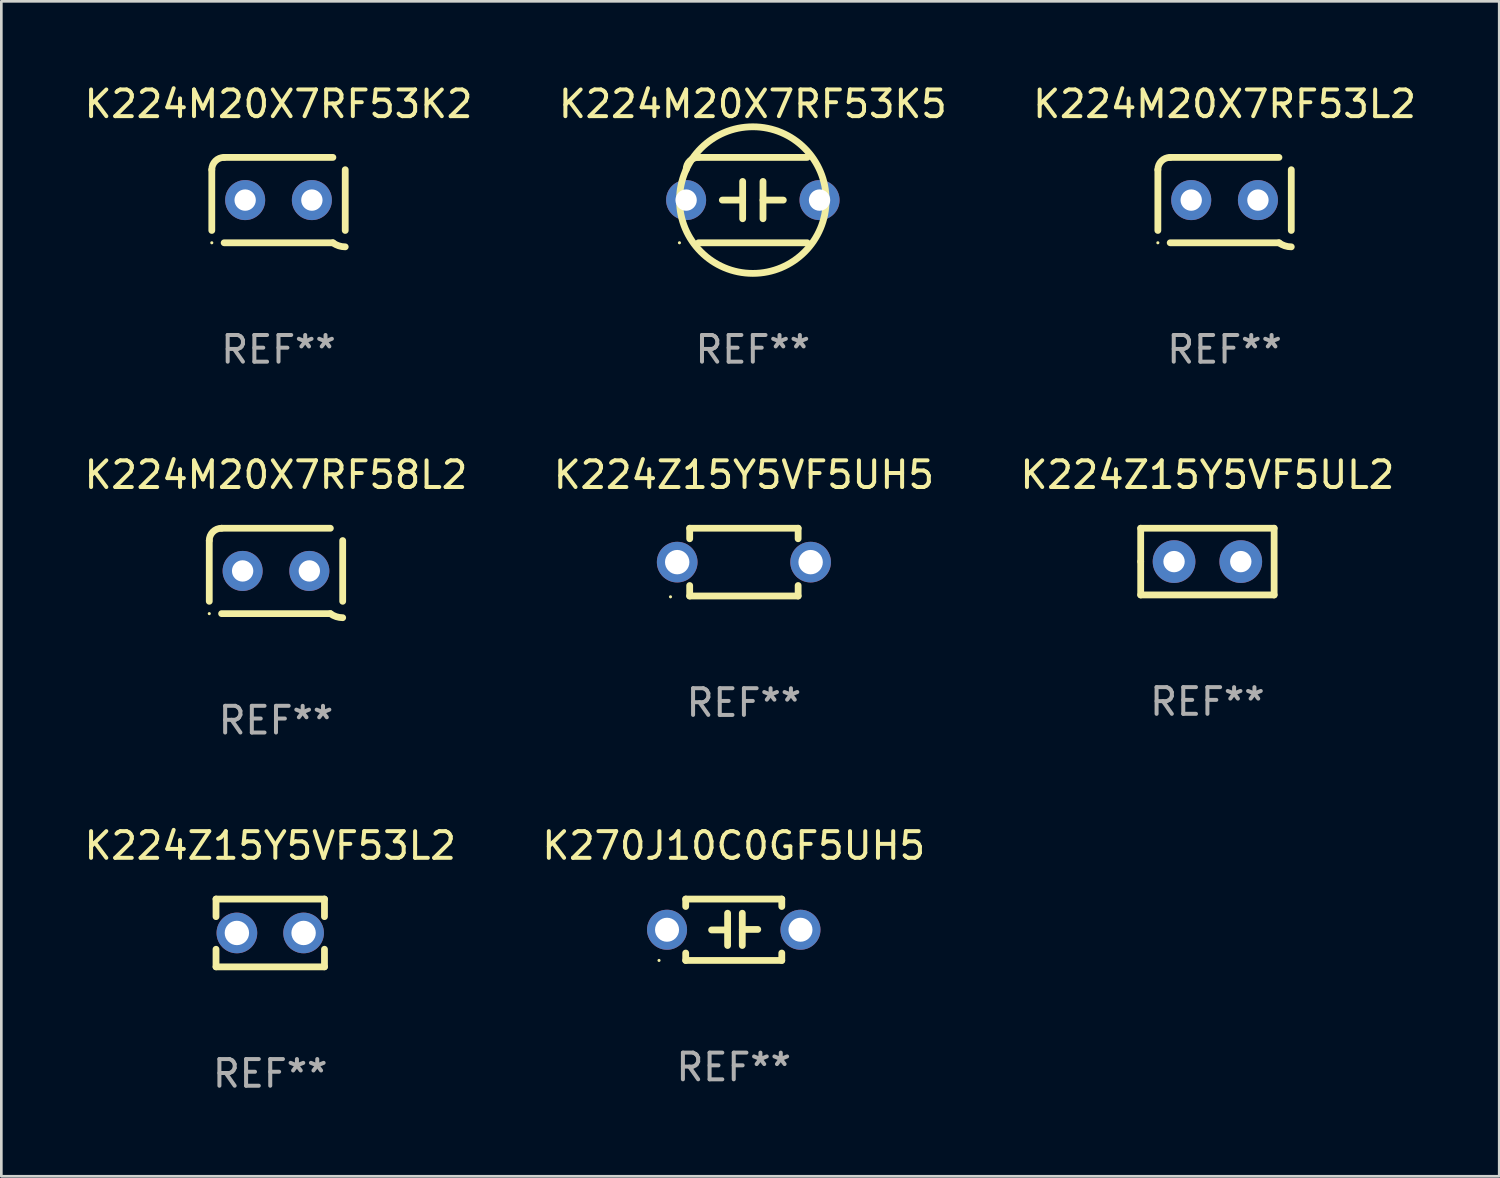
<source format=kicad_pcb>
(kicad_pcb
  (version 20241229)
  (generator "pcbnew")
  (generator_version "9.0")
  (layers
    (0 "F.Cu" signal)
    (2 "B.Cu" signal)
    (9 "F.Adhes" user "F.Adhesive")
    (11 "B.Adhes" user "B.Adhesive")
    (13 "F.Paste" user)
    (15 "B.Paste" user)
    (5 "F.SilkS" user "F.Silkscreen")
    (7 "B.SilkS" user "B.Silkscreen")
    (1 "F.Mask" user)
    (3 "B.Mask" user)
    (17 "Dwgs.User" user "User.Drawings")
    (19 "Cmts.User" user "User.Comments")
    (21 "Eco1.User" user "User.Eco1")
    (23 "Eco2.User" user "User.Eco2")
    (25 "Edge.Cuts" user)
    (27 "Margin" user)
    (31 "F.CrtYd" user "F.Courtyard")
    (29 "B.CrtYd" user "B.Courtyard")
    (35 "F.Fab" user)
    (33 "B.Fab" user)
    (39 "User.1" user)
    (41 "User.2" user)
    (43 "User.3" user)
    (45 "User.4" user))
  (footprint "K224M20X7RF53L2"
    (layer "F.Cu")
    (at 42.839 4.448)
    (property "Reference" "K224M20X7RF53L2" (at 0 -3.6 0) (layer "F.SilkS") (effects (font (size 1 1) (thickness 0.15))))
    (attr through_hole)
    (fp_line (start -2.5 1.138) (end -2.5 -1.138) (stroke (width 0.254) (type solid)) (layer "F.SilkS"))
    (fp_line (start -2.038 1.6) (end 2.038 1.6) (stroke (width 0.254) (type solid)) (layer "F.SilkS"))
    (fp_line (start 2.038 -1.6) (end -2.038 -1.6) (stroke (width 0.254) (type solid)) (layer "F.SilkS"))
    (fp_line (start 2.5 -1.138) (end 2.5 1.138) (stroke (width 0.254) (type solid)) (layer "F.SilkS"))
    (fp_arc (start -2.5 -1.137744) (mid -2.364601 -1.464626) (end -2.037719 -1.600025) (stroke (width 0.254001) (type solid)) (layer "F.SilkS"))
    (fp_arc (start -2.5 1.137719) (mid 2.500022 -1.137741) (end -2.5 1.137719) (stroke (width 0.254001) (type solid)) (layer "F.SilkS"))
    (fp_arc (start 2.5 1.751767) (mid 2.256726 1.712861) (end 2.037719 1.600025) (stroke (width 0.254001) (type solid)) (layer "F.SilkS"))
    (fp_circle (center -2.5 1.6) (end -2.47 1.6) (stroke (width 0.06) (type solid)) (fill no) (layer "F.SilkS"))
    (fp_text user "REF**" (at 0 5.6 0) (layer "F.Fab") (effects (font (size 1 1) (thickness 0.15))))
    (pad "1" thru_hole circle (at -1.25 -0.000076) (size 1.5 1.5) (drill 0.8) (layers "*.Cu" "*.Mask"))
    (pad "2" thru_hole circle (at 1.25 -0.000076) (size 1.5 1.5) (drill 0.8) (layers "*.Cu" "*.Mask")))
  (footprint "K224M20X7RF58L2"
    (layer "F.Cu")
    (at 7.292 18.345)
    (property "Reference" "K224M20X7RF58L2" (at 0 -3.6 0) (layer "F.SilkS") (effects (font (size 1 1) (thickness 0.15))))
    (attr through_hole)
    (fp_line (start -2.5 1.138) (end -2.5 -1.138) (stroke (width 0.254) (type solid)) (layer "F.SilkS"))
    (fp_line (start -2.038 1.6) (end 2.038 1.6) (stroke (width 0.254) (type solid)) (layer "F.SilkS"))
    (fp_line (start 2.038 -1.6) (end -2.038 -1.6) (stroke (width 0.254) (type solid)) (layer "F.SilkS"))
    (fp_line (start 2.5 -1.138) (end 2.5 1.138) (stroke (width 0.254) (type solid)) (layer "F.SilkS"))
    (fp_arc (start -2.5 -1.137744) (mid -2.364601 -1.464626) (end -2.037719 -1.600025) (stroke (width 0.254001) (type solid)) (layer "F.SilkS"))
    (fp_arc (start -2.5 1.137719) (mid 2.500022 -1.137741) (end -2.5 1.137719) (stroke (width 0.254001) (type solid)) (layer "F.SilkS"))
    (fp_arc (start 2.5 1.751767) (mid 2.256726 1.712861) (end 2.037719 1.600025) (stroke (width 0.254001) (type solid)) (layer "F.SilkS"))
    (fp_circle (center -2.5 1.6) (end -2.47 1.6) (stroke (width 0.06) (type solid)) (fill no) (layer "F.SilkS"))
    (fp_text user "REF**" (at 0 5.6 0) (layer "F.Fab") (effects (font (size 1 1) (thickness 0.15))))
    (pad "1" thru_hole circle (at -1.25 -0.000076) (size 1.5 1.5) (drill 0.8) (layers "*.Cu" "*.Mask"))
    (pad "2" thru_hole circle (at 1.25 -0.000076) (size 1.5 1.5) (drill 0.8) (layers "*.Cu" "*.Mask")))
  (footprint "K224M20X7RF53K2"
    (layer "F.Cu")
    (at 7.387 4.448)
    (property "Reference" "K224M20X7RF53K2" (at 0 -3.6 0) (layer "F.SilkS") (effects (font (size 1 1) (thickness 0.15))))
    (attr through_hole)
    (fp_line (start -2.5 1.138) (end -2.5 -1.138) (stroke (width 0.254) (type solid)) (layer "F.SilkS"))
    (fp_line (start -2.038 1.6) (end 2.038 1.6) (stroke (width 0.254) (type solid)) (layer "F.SilkS"))
    (fp_line (start 2.038 -1.6) (end -2.038 -1.6) (stroke (width 0.254) (type solid)) (layer "F.SilkS"))
    (fp_line (start 2.5 -1.138) (end 2.5 1.138) (stroke (width 0.254) (type solid)) (layer "F.SilkS"))
    (fp_arc (start -2.5 -1.137744) (mid -2.364601 -1.464626) (end -2.037719 -1.600025) (stroke (width 0.254001) (type solid)) (layer "F.SilkS"))
    (fp_arc (start -2.5 1.137719) (mid 2.500022 -1.137741) (end -2.5 1.137719) (stroke (width 0.254001) (type solid)) (layer "F.SilkS"))
    (fp_arc (start 2.5 1.751767) (mid 2.256726 1.712861) (end 2.037719 1.600025) (stroke (width 0.254001) (type solid)) (layer "F.SilkS"))
    (fp_circle (center -2.5 1.6) (end -2.47 1.6) (stroke (width 0.06) (type solid)) (fill no) (layer "F.SilkS"))
    (fp_text user "REF**" (at 0 5.6 0) (layer "F.Fab") (effects (font (size 1 1) (thickness 0.15))))
    (pad "1" thru_hole circle (at -1.25 -0.000076) (size 1.5 1.5) (drill 0.8) (layers "*.Cu" "*.Mask"))
    (pad "2" thru_hole circle (at 1.25 -0.000076) (size 1.5 1.5) (drill 0.8) (layers "*.Cu" "*.Mask")))
  (footprint "K224M20X7RF53K5"
    (layer "F.Cu")
    (at 25.161 4.448)
    (property "Reference" "K224M20X7RF53K5" (at 0 -3.6 0) (layer "F.SilkS") (effects (font (size 1 1) (thickness 0.15))))
    (attr through_hole)
    (fp_line (start -2.038 1.6) (end 2.038 1.6) (stroke (width 0.254) (type solid)) (layer "F.SilkS"))
    (fp_line (start -1.143 0) (end -0.381 0) (stroke (width 0.254) (type solid)) (layer "F.SilkS"))
    (fp_line (start -0.381 -0.699) (end -0.381 0.699) (stroke (width 0.254) (type solid)) (layer "F.SilkS"))
    (fp_line (start 0.381 -0.699) (end 0.381 0.699) (stroke (width 0.254) (type solid)) (layer "F.SilkS"))
    (fp_line (start 1.143 0) (end 0.381 0) (stroke (width 0.254) (type solid)) (layer "F.SilkS"))
    (fp_line (start 2.038 -1.6) (end -2.038 -1.6) (stroke (width 0.254) (type solid)) (layer "F.SilkS"))
    (fp_arc (start -2.500127 -1.137744) (mid -2.364728 -1.464626) (end -2.037846 -1.600025) (stroke (width 0.254001) (type solid)) (layer "F.SilkS"))
    (fp_arc (start -2.500127 1.137719) (mid 2.500149 -1.137741) (end -2.500127 1.137719) (stroke (width 0.254001) (type solid)) (layer "F.SilkS"))
    (fp_circle (center -2.75 1.6) (end -2.72 1.6) (stroke (width 0.06) (type solid)) (fill no) (layer "F.SilkS"))
    (fp_text user "REF**" (at 0 5.6 0) (layer "F.Fab") (effects (font (size 1 1) (thickness 0.15))))
    (pad "1" thru_hole circle (at -2.5 0) (size 1.5 1.5) (drill 0.8) (layers "*.Cu" "*.Mask"))
    (pad "2" thru_hole circle (at 2.5 0) (size 1.5 1.5) (drill 0.8) (layers "*.Cu" "*.Mask")))
  (footprint "K270J10C0GF5UH5"
    (layer "F.Cu")
    (at 24.446 31.791)
    (property "Reference" "K270J10C0GF5UH5" (at 0 -3.15 0) (layer "F.SilkS") (effects (font (size 1 1) (thickness 0.15))))
    (attr through_hole)
    (fp_line (start -1.8 -1.15) (end -1.8 -0.872) (stroke (width 0.254) (type solid)) (layer "F.SilkS"))
    (fp_line (start -1.8 -1.15) (end 1.8 -1.15) (stroke (width 0.254) (type solid)) (layer "F.SilkS"))
    (fp_line (start -1.8 0.872) (end -1.8 1.15) (stroke (width 0.254) (type solid)) (layer "F.SilkS"))
    (fp_line (start -1.8 1.15) (end 1.8 1.15) (stroke (width 0.254) (type solid)) (layer "F.SilkS"))
    (fp_line (start -0.23 -0.62) (end -0.23 0.59) (stroke (width 0.254) (type solid)) (layer "F.SilkS"))
    (fp_line (start -0.23 0.007) (end -0.83 0.007) (stroke (width 0.254) (type solid)) (layer "F.SilkS"))
    (fp_line (start 0.32 -0.62) (end 0.32 0.59) (stroke (width 0.254) (type solid)) (layer "F.SilkS"))
    (fp_line (start 0.32 -0.012) (end 0.9 -0.012) (stroke (width 0.254) (type solid)) (layer "F.SilkS"))
    (fp_line (start 1.8 -1.15) (end 1.8 -0.872) (stroke (width 0.254) (type solid)) (layer "F.SilkS"))
    (fp_line (start 1.8 0.872) (end 1.8 1.15) (stroke (width 0.254) (type solid)) (layer "F.SilkS"))
    (fp_circle (center -2.8 1.15) (end -2.77 1.15) (stroke (width 0.06) (type solid)) (fill no) (layer "F.SilkS"))
    (fp_text user "REF**" (at 0 5.15 0) (layer "F.Fab") (effects (font (size 1 1) (thickness 0.15))))
    (pad "1" thru_hole circle (at -2.5 0) (size 1.5 1.5) (drill 0.9) (layers "*.Cu" "*.Mask"))
    (pad "2" thru_hole circle (at 2.5 0) (size 1.5 1.5) (drill 0.9) (layers "*.Cu" "*.Mask")))
  (footprint "K224Z15Y5VF5UL2"
    (layer "F.Cu")
    (at 42.196 17.995)
    (property "Reference" "K224Z15Y5VF5UL2" (at 0 -3.25 0) (layer "F.SilkS") (effects (font (size 1 1) (thickness 0.15))))
    (attr through_hole)
    (fp_line (start -2.5 -1.25) (end 2.5 -1.25) (stroke (width 0.254) (type solid)) (layer "F.SilkS"))
    (fp_line (start -2.5 0) (end -2.5 -1.25) (stroke (width 0.254) (type solid)) (layer "F.SilkS"))
    (fp_line (start -2.5 1.25) (end -2.5 0) (stroke (width 0.254) (type solid)) (layer "F.SilkS"))
    (fp_line (start 2.5 -1.25) (end 2.5 1.25) (stroke (width 0.254) (type solid)) (layer "F.SilkS"))
    (fp_line (start 2.5 1.25) (end -2.5 1.25) (stroke (width 0.254) (type solid)) (layer "F.SilkS"))
    (fp_circle (center -2.5 1.25) (end -2.47 1.25) (stroke (width 0.06) (type solid)) (fill no) (layer "F.SilkS"))
    (fp_text user "REF**" (at 0 5.25 0) (layer "F.Fab") (effects (font (size 1 1) (thickness 0.15))))
    (pad "1" thru_hole circle (at -1.25 0) (size 1.6 1.6) (drill 0.8) (layers "*.Cu" "*.Mask"))
    (pad "2" thru_hole circle (at 1.25 0) (size 1.6 1.6) (drill 0.8) (layers "*.Cu" "*.Mask")))
  (footprint "K224Z15Y5VF53L2"
    (layer "F.Cu")
    (at 7.077 31.911)
    (property "Reference" "K224Z15Y5VF53L2" (at 0 -3.27 0) (layer "F.SilkS") (effects (font (size 1 1) (thickness 0.15))))
    (attr through_hole)
    (fp_line (start -2.032 -1.27) (end -2.032 -0.611) (stroke (width 0.254) (type solid)) (layer "F.SilkS"))
    (fp_line (start -2.032 0.611) (end -2.032 1.27) (stroke (width 0.254) (type solid)) (layer "F.SilkS"))
    (fp_line (start -2.032 1.27) (end 2.032 1.27) (stroke (width 0.254) (type solid)) (layer "F.SilkS"))
    (fp_line (start 2.032 -1.27) (end -2.032 -1.27) (stroke (width 0.254) (type solid)) (layer "F.SilkS"))
    (fp_line (start 2.032 -0.611) (end 2.032 -1.27) (stroke (width 0.254) (type solid)) (layer "F.SilkS"))
    (fp_line (start 2.032 1.27) (end 2.032 0.611) (stroke (width 0.254) (type solid)) (layer "F.SilkS"))
    (fp_circle (center -2 1.3) (end -1.97 1.3) (stroke (width 0.06) (type solid)) (fill no) (layer "F.SilkS"))
    (fp_text user "REF**" (at 0 5.27 0) (layer "F.Fab") (effects (font (size 1 1) (thickness 0.15))))
    (pad "1" thru_hole circle (at -1.25 0) (size 1.524 1.524) (drill 0.914) (layers "*.Cu" "*.Mask"))
    (pad "2" thru_hole circle (at 1.25 0) (size 1.524 1.524) (drill 0.914) (layers "*.Cu" "*.Mask")))
  (footprint "K224Z15Y5VF5UH5"
    (layer "F.Cu")
    (at 24.827 18.015)
    (property "Reference" "K224Z15Y5VF5UH5" (at 0 -3.27 0) (layer "F.SilkS") (effects (font (size 1 1) (thickness 0.15))))
    (attr through_hole)
    (fp_line (start -2.032 -1.27) (end -2.032 -0.876) (stroke (width 0.254) (type solid)) (layer "F.SilkS"))
    (fp_line (start -2.032 0.876) (end -2.032 1.27) (stroke (width 0.254) (type solid)) (layer "F.SilkS"))
    (fp_line (start -2.032 1.27) (end 2.032 1.27) (stroke (width 0.254) (type solid)) (layer "F.SilkS"))
    (fp_line (start 2.032 -1.27) (end -2.032 -1.27) (stroke (width 0.254) (type solid)) (layer "F.SilkS"))
    (fp_line (start 2.032 -0.876) (end 2.032 -1.27) (stroke (width 0.254) (type solid)) (layer "F.SilkS"))
    (fp_line (start 2.032 1.27) (end 2.032 0.876) (stroke (width 0.254) (type solid)) (layer "F.SilkS"))
    (fp_circle (center -2.751 1.3) (end -2.721 1.3) (stroke (width 0.06) (type solid)) (fill no) (layer "F.SilkS"))
    (fp_text user "REF**" (at 0 5.27 0) (layer "F.Fab") (effects (font (size 1 1) (thickness 0.15))))
    (pad "1" thru_hole circle (at -2.5 0) (size 1.524 1.524) (drill 0.914) (layers "*.Cu" "*.Mask"))
    (pad "2" thru_hole circle (at 2.5 0) (size 1.524 1.524) (drill 0.914) (layers "*.Cu" "*.Mask")))
  (gr_rect
    (start -3 -3)
    (end 53.131 41.03)
    (stroke (width 0.1) (type default))
    (fill no)
    (layer "Edge.Cuts")))
</source>
